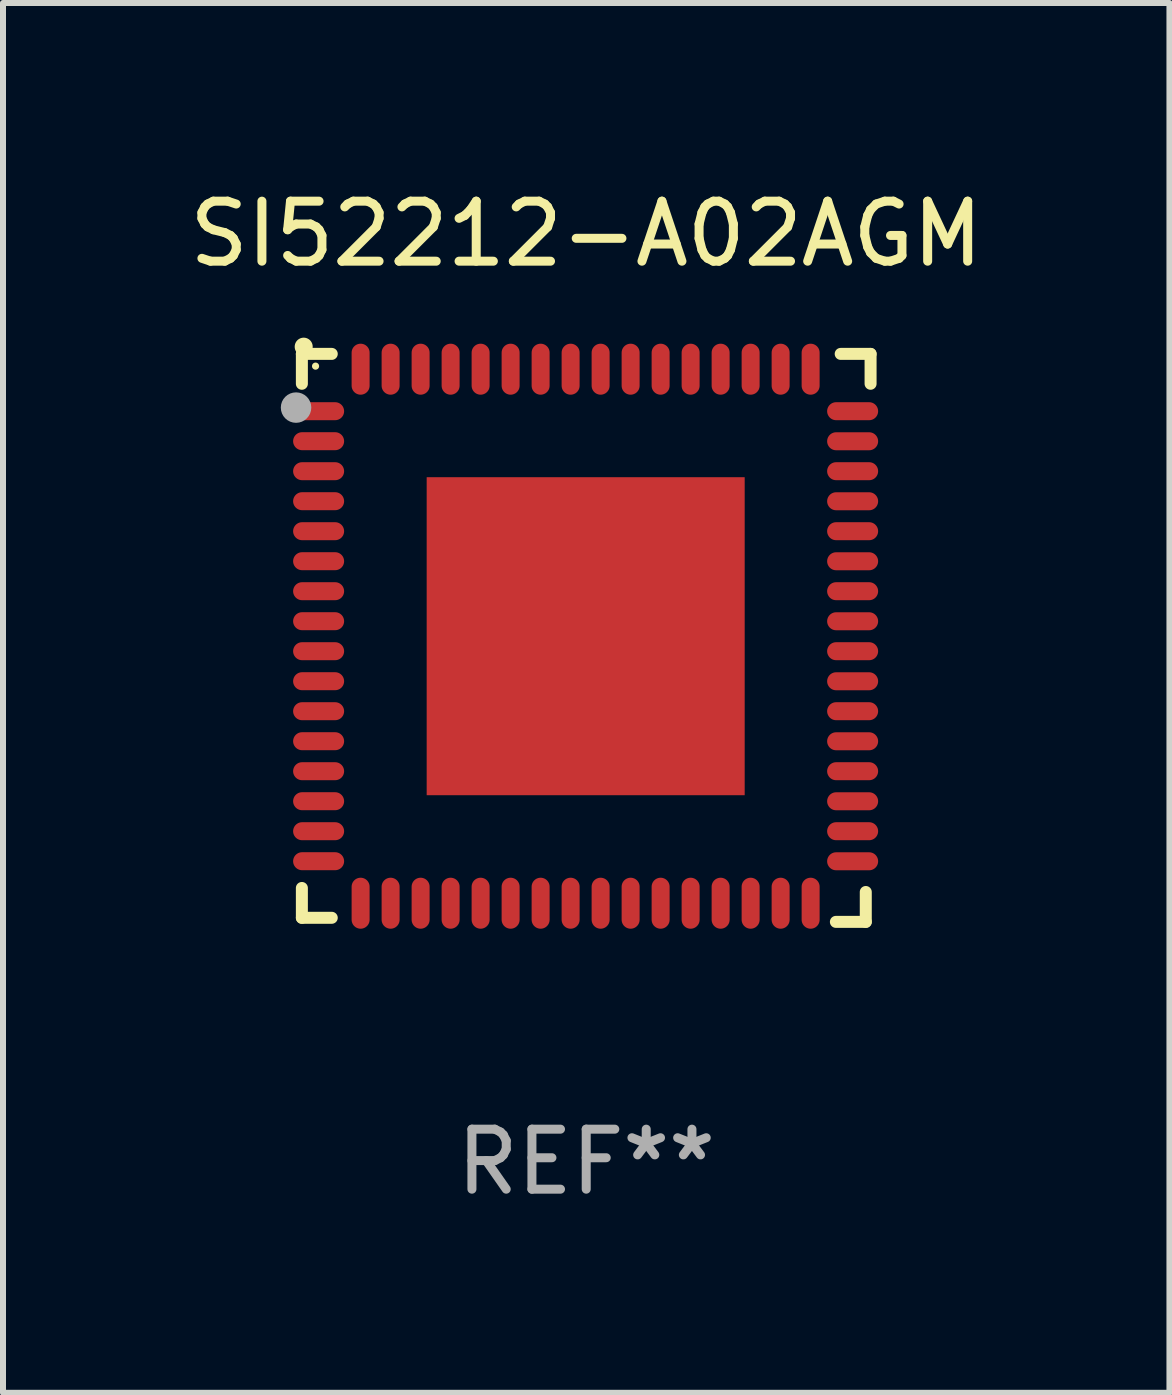
<source format=kicad_pcb>
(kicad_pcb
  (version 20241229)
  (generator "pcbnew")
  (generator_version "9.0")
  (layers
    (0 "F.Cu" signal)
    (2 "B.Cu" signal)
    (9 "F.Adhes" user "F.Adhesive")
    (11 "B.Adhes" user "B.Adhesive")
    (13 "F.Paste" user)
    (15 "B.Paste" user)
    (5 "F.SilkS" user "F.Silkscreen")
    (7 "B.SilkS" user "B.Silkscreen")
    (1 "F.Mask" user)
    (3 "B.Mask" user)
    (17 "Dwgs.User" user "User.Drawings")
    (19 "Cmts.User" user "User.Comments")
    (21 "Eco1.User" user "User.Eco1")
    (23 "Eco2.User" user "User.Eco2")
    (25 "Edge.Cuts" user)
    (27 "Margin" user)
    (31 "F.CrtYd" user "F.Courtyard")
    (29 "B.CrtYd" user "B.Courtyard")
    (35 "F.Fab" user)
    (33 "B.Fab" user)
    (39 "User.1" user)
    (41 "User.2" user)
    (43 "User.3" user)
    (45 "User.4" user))
  (footprint "SI52212-A02AGM"
    (layer "F.Cu")
    (at 6.72 7.581)
    (property "Reference" "SI52212-A02AGM" (at 0 -6.733 0) (layer "F.SilkS") (effects (font (size 1 1) (thickness 0.15))))
    (attr through_hole)
    (fp_line (start -4.739 -4.733) (end -4.241 -4.733) (stroke (width 0.2) (type solid)) (layer "F.SilkS"))
    (fp_line (start -4.739 -4.235) (end -4.739 -4.733) (stroke (width 0.2) (type solid)) (layer "F.SilkS"))
    (fp_line (start -4.739 4.168) (end -4.739 4.665) (stroke (width 0.2) (type solid)) (layer "F.SilkS"))
    (fp_line (start -4.739 4.665) (end -4.241 4.665) (stroke (width 0.2) (type solid)) (layer "F.SilkS"))
    (fp_line (start 4.161 4.733) (end 4.659 4.733) (stroke (width 0.2) (type solid)) (layer "F.SilkS"))
    (fp_line (start 4.241 -4.733) (end 4.739 -4.733) (stroke (width 0.2) (type solid)) (layer "F.SilkS"))
    (fp_line (start 4.659 4.733) (end 4.659 4.235) (stroke (width 0.2) (type solid)) (layer "F.SilkS"))
    (fp_line (start 4.739 -4.733) (end 4.739 -4.235) (stroke (width 0.2) (type solid)) (layer "F.SilkS"))
    (fp_arc (start -4.708623 -4.85108) (mid -4.708628 -4.85235) (end -4.708623 -4.85362) (stroke (width 0.3) (type solid)) (layer "F.SilkS"))
    (fp_circle (center -4.511 -4.529) (end -4.481 -4.529) (stroke (width 0.06) (type solid)) (fill no) (layer "F.SilkS"))
    (fp_circle (center -4.836 -3.838) (end -4.709 -3.838) (stroke (width 0.254) (type solid)) (fill no) (layer "F.Fab"))
    (fp_text user "REF**" (at 0 8.733 0) (layer "F.Fab") (effects (font (size 1 1) (thickness 0.15))))
    (pad "1" smd oval (at -4.46 -3.778) (size 0.85 0.3) (layers "F.Cu" "F.Mask" "F.Paste"))
    (pad "2" smd oval (at -4.46 -3.278) (size 0.85 0.3) (layers "F.Cu" "F.Mask" "F.Paste"))
    (pad "3" smd oval (at -4.46 -2.778) (size 0.85 0.3) (layers "F.Cu" "F.Mask" "F.Paste"))
    (pad "4" smd oval (at -4.46 -2.278) (size 0.85 0.3) (layers "F.Cu" "F.Mask" "F.Paste"))
    (pad "5" smd oval (at -4.46 -1.778) (size 0.85 0.3) (layers "F.Cu" "F.Mask" "F.Paste"))
    (pad "6" smd oval (at -4.46 -1.278) (size 0.85 0.3) (layers "F.Cu" "F.Mask" "F.Paste"))
    (pad "7" smd oval (at -4.46 -0.778) (size 0.85 0.3) (layers "F.Cu" "F.Mask" "F.Paste"))
    (pad "8" smd oval (at -4.46 -0.278) (size 0.85 0.3) (layers "F.Cu" "F.Mask" "F.Paste"))
    (pad "9" smd oval (at -4.46 0.222) (size 0.85 0.3) (layers "F.Cu" "F.Mask" "F.Paste"))
    (pad "10" smd oval (at -4.46 0.722) (size 0.85 0.3) (layers "F.Cu" "F.Mask" "F.Paste"))
    (pad "11" smd oval (at -4.46 1.222) (size 0.85 0.3) (layers "F.Cu" "F.Mask" "F.Paste"))
    (pad "12" smd oval (at -4.46 1.722) (size 0.85 0.3) (layers "F.Cu" "F.Mask" "F.Paste"))
    (pad "13" smd oval (at -4.46 2.222) (size 0.85 0.3) (layers "F.Cu" "F.Mask" "F.Paste"))
    (pad "14" smd oval (at -4.46 2.722) (size 0.85 0.3) (layers "F.Cu" "F.Mask" "F.Paste"))
    (pad "15" smd oval (at -4.46 3.222) (size 0.85 0.3) (layers "F.Cu" "F.Mask" "F.Paste"))
    (pad "16" smd oval (at -4.46 3.722) (size 0.85 0.3) (layers "F.Cu" "F.Mask" "F.Paste"))
    (pad "17" smd oval (at -3.76 4.422) (size 0.3 0.85) (layers "F.Cu" "F.Mask" "F.Paste"))
    (pad "18" smd oval (at -3.26 4.422) (size 0.3 0.85) (layers "F.Cu" "F.Mask" "F.Paste"))
    (pad "19" smd oval (at -2.76 4.422) (size 0.3 0.85) (layers "F.Cu" "F.Mask" "F.Paste"))
    (pad "20" smd oval (at -2.26 4.422) (size 0.3 0.85) (layers "F.Cu" "F.Mask" "F.Paste"))
    (pad "21" smd oval (at -1.76 4.422) (size 0.3 0.85) (layers "F.Cu" "F.Mask" "F.Paste"))
    (pad "22" smd oval (at -1.26 4.422) (size 0.3 0.85) (layers "F.Cu" "F.Mask" "F.Paste"))
    (pad "23" smd oval (at -0.76 4.422) (size 0.3 0.85) (layers "F.Cu" "F.Mask" "F.Paste"))
    (pad "24" smd oval (at -0.26 4.422) (size 0.3 0.85) (layers "F.Cu" "F.Mask" "F.Paste"))
    (pad "25" smd oval (at 0.24 4.422) (size 0.3 0.85) (layers "F.Cu" "F.Mask" "F.Paste"))
    (pad "26" smd oval (at 0.74 4.422) (size 0.3 0.85) (layers "F.Cu" "F.Mask" "F.Paste"))
    (pad "27" smd oval (at 1.24 4.422) (size 0.3 0.85) (layers "F.Cu" "F.Mask" "F.Paste"))
    (pad "28" smd oval (at 1.74 4.422) (size 0.3 0.85) (layers "F.Cu" "F.Mask" "F.Paste"))
    (pad "29" smd oval (at 2.24 4.422) (size 0.3 0.85) (layers "F.Cu" "F.Mask" "F.Paste"))
    (pad "30" smd oval (at 2.74 4.422) (size 0.3 0.85) (layers "F.Cu" "F.Mask" "F.Paste"))
    (pad "31" smd oval (at 3.24 4.422) (size 0.3 0.85) (layers "F.Cu" "F.Mask" "F.Paste"))
    (pad "32" smd oval (at 3.74 4.422) (size 0.3 0.85) (layers "F.Cu" "F.Mask" "F.Paste"))
    (pad "33" smd oval (at 4.44 3.723) (size 0.85 0.3) (layers "F.Cu" "F.Mask" "F.Paste"))
    (pad "34" smd oval (at 4.44 3.222) (size 0.85 0.3) (layers "F.Cu" "F.Mask" "F.Paste"))
    (pad "35" smd oval (at 4.44 2.723) (size 0.85 0.3) (layers "F.Cu" "F.Mask" "F.Paste"))
    (pad "36" smd oval (at 4.44 2.222) (size 0.85 0.3) (layers "F.Cu" "F.Mask" "F.Paste"))
    (pad "37" smd oval (at 4.44 1.723) (size 0.85 0.3) (layers "F.Cu" "F.Mask" "F.Paste"))
    (pad "38" smd oval (at 4.44 1.222) (size 0.85 0.3) (layers "F.Cu" "F.Mask" "F.Paste"))
    (pad "39" smd oval (at 4.44 0.723) (size 0.85 0.3) (layers "F.Cu" "F.Mask" "F.Paste"))
    (pad "40" smd oval (at 4.44 0.222) (size 0.85 0.3) (layers "F.Cu" "F.Mask" "F.Paste"))
    (pad "41" smd oval (at 4.44 -0.277) (size 0.85 0.3) (layers "F.Cu" "F.Mask" "F.Paste"))
    (pad "42" smd oval (at 4.44 -0.778) (size 0.85 0.3) (layers "F.Cu" "F.Mask" "F.Paste"))
    (pad "43" smd oval (at 4.44 -1.277) (size 0.85 0.3) (layers "F.Cu" "F.Mask" "F.Paste"))
    (pad "44" smd oval (at 4.44 -1.778) (size 0.85 0.3) (layers "F.Cu" "F.Mask" "F.Paste"))
    (pad "45" smd oval (at 4.44 -2.277) (size 0.85 0.3) (layers "F.Cu" "F.Mask" "F.Paste"))
    (pad "46" smd oval (at 4.44 -2.778) (size 0.85 0.3) (layers "F.Cu" "F.Mask" "F.Paste"))
    (pad "47" smd oval (at 4.44 -3.277) (size 0.85 0.3) (layers "F.Cu" "F.Mask" "F.Paste"))
    (pad "48" smd oval (at 4.44 -3.778) (size 0.85 0.3) (layers "F.Cu" "F.Mask" "F.Paste"))
    (pad "49" smd oval (at 3.74 -4.478) (size 0.3 0.85) (layers "F.Cu" "F.Mask" "F.Paste"))
    (pad "50" smd oval (at 3.24 -4.478) (size 0.3 0.85) (layers "F.Cu" "F.Mask" "F.Paste"))
    (pad "51" smd oval (at 2.74 -4.478) (size 0.3 0.85) (layers "F.Cu" "F.Mask" "F.Paste"))
    (pad "52" smd oval (at 2.24 -4.478) (size 0.3 0.85) (layers "F.Cu" "F.Mask" "F.Paste"))
    (pad "53" smd oval (at 1.74 -4.478) (size 0.3 0.85) (layers "F.Cu" "F.Mask" "F.Paste"))
    (pad "54" smd oval (at 1.24 -4.478) (size 0.3 0.85) (layers "F.Cu" "F.Mask" "F.Paste"))
    (pad "55" smd oval (at 0.74 -4.478) (size 0.3 0.85) (layers "F.Cu" "F.Mask" "F.Paste"))
    (pad "56" smd oval (at 0.24 -4.478) (size 0.3 0.85) (layers "F.Cu" "F.Mask" "F.Paste"))
    (pad "57" smd oval (at -0.26 -4.478) (size 0.3 0.85) (layers "F.Cu" "F.Mask" "F.Paste"))
    (pad "58" smd oval (at -0.76 -4.478) (size 0.3 0.85) (layers "F.Cu" "F.Mask" "F.Paste"))
    (pad "59" smd oval (at -1.26 -4.478) (size 0.3 0.85) (layers "F.Cu" "F.Mask" "F.Paste"))
    (pad "60" smd oval (at -1.76 -4.478) (size 0.3 0.85) (layers "F.Cu" "F.Mask" "F.Paste"))
    (pad "61" smd oval (at -2.26 -4.478) (size 0.3 0.85) (layers "F.Cu" "F.Mask" "F.Paste"))
    (pad "62" smd oval (at -2.76 -4.478) (size 0.3 0.85) (layers "F.Cu" "F.Mask" "F.Paste"))
    (pad "63" smd oval (at -3.26 -4.478) (size 0.3 0.85) (layers "F.Cu" "F.Mask" "F.Paste"))
    (pad "64" smd oval (at -3.76 -4.478) (size 0.3 0.85) (layers "F.Cu" "F.Mask" "F.Paste"))
    (pad "65" smd rect (at -0.009 -0.028 90) (size 5.3 5.3) (layers "F.Cu" "F.Mask" "F.Paste")))
  (gr_rect
    (start -3 -3)
    (end 16.44 20.162)
    (stroke (width 0.1) (type default))
    (fill no)
    (layer "Edge.Cuts")))
</source>
